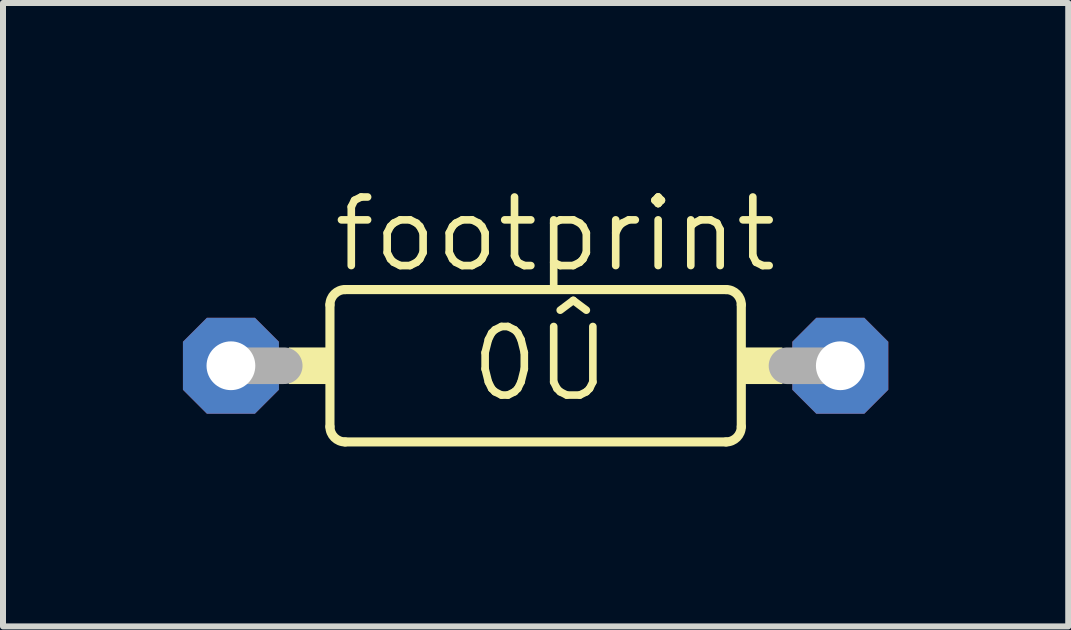
<source format=kicad_pcb>
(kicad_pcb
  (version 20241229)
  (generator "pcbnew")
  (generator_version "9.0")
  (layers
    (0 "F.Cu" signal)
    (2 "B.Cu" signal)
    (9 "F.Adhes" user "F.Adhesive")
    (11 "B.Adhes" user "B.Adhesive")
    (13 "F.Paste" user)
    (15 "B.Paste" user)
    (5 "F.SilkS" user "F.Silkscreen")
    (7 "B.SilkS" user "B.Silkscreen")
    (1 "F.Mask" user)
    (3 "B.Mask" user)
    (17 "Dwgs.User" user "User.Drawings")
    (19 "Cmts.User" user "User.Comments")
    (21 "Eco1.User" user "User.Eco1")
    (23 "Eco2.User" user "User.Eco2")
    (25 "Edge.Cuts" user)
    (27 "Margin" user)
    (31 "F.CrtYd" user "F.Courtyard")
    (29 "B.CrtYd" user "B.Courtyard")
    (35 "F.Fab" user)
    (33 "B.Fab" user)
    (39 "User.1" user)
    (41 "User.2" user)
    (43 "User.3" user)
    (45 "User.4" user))
  (footprint "footprint"
    (layer "F.Cu")
    (at 5.88 3.048)
    (property "Reference" "footprint" (at -3.429 -1.524 0) (layer "F.SilkS") (effects (font (size 1.143 1.143) (thickness 0.127)) (justify left bottom)))
    (fp_line (start -3.429 -1.016) (end -3.429 1.016) (stroke (width 0.152) (type solid)) (layer "F.SilkS"))
    (fp_line (start -3.175 -1.27) (end 3.175 -1.27) (stroke (width 0.152) (type solid)) (layer "F.SilkS"))
    (fp_line (start 3.175 1.27) (end -3.175 1.27) (stroke (width 0.152) (type solid)) (layer "F.SilkS"))
    (fp_line (start 3.429 -1.016) (end 3.429 1.016) (stroke (width 0.152) (type solid)) (layer "F.SilkS"))
    (fp_arc (start -3.429 -1.016) (mid -3.354605 -1.195605) (end -3.175 -1.27) (stroke (width 0.1524) (type solid)) (layer "F.SilkS"))
    (fp_arc (start -3.175 1.27) (mid -3.354605 1.195605) (end -3.429 1.016) (stroke (width 0.1524) (type solid)) (layer "F.SilkS"))
    (fp_arc (start 3.175 -1.27) (mid 3.354605 -1.195605) (end 3.429 -1.016) (stroke (width 0.1524) (type solid)) (layer "F.SilkS"))
    (fp_arc (start 3.429 1.016) (mid 3.354605 1.195605) (end 3.175 1.27) (stroke (width 0.1524) (type solid)) (layer "F.SilkS"))
    (fp_poly (pts (xy -4.115 0.305) (xy -3.429 0.305) (xy -3.429 -0.305) (xy -4.115 -0.305)) (stroke (width 0) (type solid)) (fill yes) (layer "F.SilkS"))
    (fp_poly (pts (xy 3.429 0.305) (xy 4.115 0.305) (xy 4.115 -0.305) (xy 3.429 -0.305)) (stroke (width 0) (type solid)) (fill yes) (layer "F.SilkS"))
    (fp_line (start -5.08 0) (end -4.191 0) (stroke (width 0.61) (type solid)) (layer "F.Fab"))
    (fp_line (start 5.08 0) (end 4.191 0) (stroke (width 0.61) (type solid)) (layer "F.Fab"))
    (fp_text user "0Û" (at -1.143 0.635 0) (layer "F.SilkS") (effects (font (size 1.143 1.143) (thickness 0.127)) (justify left bottom)))
    (pad "1" thru_hole roundrect (at -5.08 0) (size 1.6 1.6) (drill 0.813) (layers "*.Cu" "*.Mask") (roundrect_rratio 0.25) (chamfer_ratio 0.25) (chamfer top_left top_right bottom_left bottom_right))
    (pad "2" thru_hole roundrect (at 5.08 0) (size 1.6 1.6) (drill 0.813) (layers "*.Cu" "*.Mask") (roundrect_rratio 0.25) (chamfer_ratio 0.25) (chamfer top_left top_right bottom_left bottom_right)))
  (gr_rect
    (start -3 -3)
    (end 14.76 7.394)
    (stroke (width 0.1) (type default))
    (fill no)
    (layer "Edge.Cuts")))
</source>
